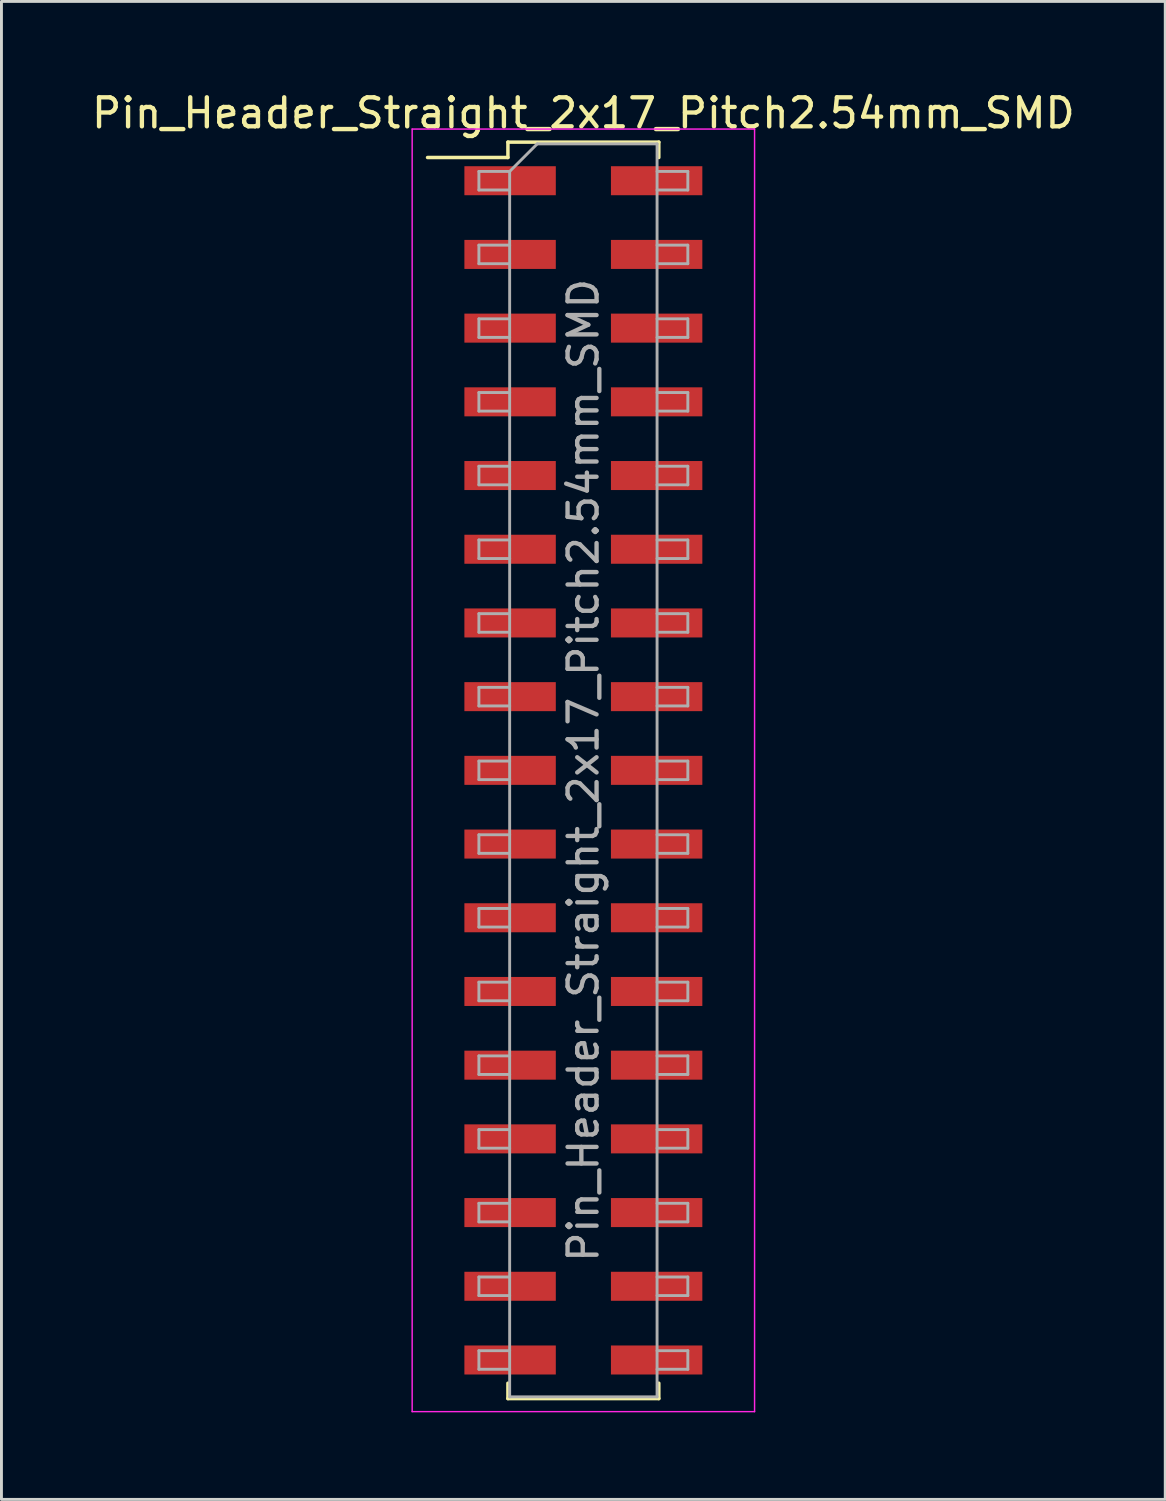
<source format=kicad_pcb>
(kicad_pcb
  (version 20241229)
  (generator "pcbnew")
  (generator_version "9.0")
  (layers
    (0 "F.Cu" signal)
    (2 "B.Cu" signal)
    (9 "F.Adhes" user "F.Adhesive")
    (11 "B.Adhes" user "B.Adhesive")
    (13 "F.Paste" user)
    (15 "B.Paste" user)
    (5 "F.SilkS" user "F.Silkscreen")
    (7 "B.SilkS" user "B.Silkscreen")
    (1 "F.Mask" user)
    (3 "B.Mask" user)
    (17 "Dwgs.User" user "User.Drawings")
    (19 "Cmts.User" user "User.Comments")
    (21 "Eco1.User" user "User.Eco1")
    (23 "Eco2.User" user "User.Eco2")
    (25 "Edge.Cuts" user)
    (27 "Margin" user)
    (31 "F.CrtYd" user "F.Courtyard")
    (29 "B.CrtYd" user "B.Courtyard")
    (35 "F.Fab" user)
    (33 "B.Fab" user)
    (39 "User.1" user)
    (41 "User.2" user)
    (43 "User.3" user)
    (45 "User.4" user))
  (footprint "Pin_Header_Straight_2x17_Pitch2.54mm_SMD"
    (layer "F.Cu")
    (at 17.054 23.498)
    (property "Reference" "Pin_Header_Straight_2x17_Pitch2.54mm_SMD" (at 0 -22.65 0) (layer "F.SilkS") (effects (font (size 1 1) (thickness 0.15))))
    (attr smd)
    (fp_line (start -5.37 -21.12) (end -2.6 -21.12) (stroke (width 0.12) (type solid)) (layer "F.SilkS"))
    (fp_line (start -2.6 -21.65) (end 2.6 -21.65) (stroke (width 0.12) (type solid)) (layer "F.SilkS"))
    (fp_line (start -2.6 -21.12) (end -2.6 -21.65) (stroke (width 0.12) (type solid)) (layer "F.SilkS"))
    (fp_line (start -2.6 21.12) (end -2.6 21.65) (stroke (width 0.12) (type solid)) (layer "F.SilkS"))
    (fp_line (start -2.6 21.65) (end 2.6 21.65) (stroke (width 0.12) (type solid)) (layer "F.SilkS"))
    (fp_line (start 2.6 -21.65) (end 2.6 -21.12) (stroke (width 0.12) (type solid)) (layer "F.SilkS"))
    (fp_line (start 2.6 21.65) (end 2.6 21.12) (stroke (width 0.12) (type solid)) (layer "F.SilkS"))
    (fp_line (start -5.9 -22.1) (end -5.9 22.1) (stroke (width 0.05) (type solid)) (layer "F.CrtYd"))
    (fp_line (start -5.9 22.1) (end 5.9 22.1) (stroke (width 0.05) (type solid)) (layer "F.CrtYd"))
    (fp_line (start 5.9 -22.1) (end -5.9 -22.1) (stroke (width 0.05) (type solid)) (layer "F.CrtYd"))
    (fp_line (start 5.9 22.1) (end 5.9 -22.1) (stroke (width 0.05) (type solid)) (layer "F.CrtYd"))
    (fp_line (start -3.6 -20.64) (end -3.6 -20) (stroke (width 0.1) (type solid)) (layer "F.Fab"))
    (fp_line (start -3.6 -20) (end -2.54 -20) (stroke (width 0.1) (type solid)) (layer "F.Fab"))
    (fp_line (start -3.6 -18.1) (end -3.6 -17.46) (stroke (width 0.1) (type solid)) (layer "F.Fab"))
    (fp_line (start -3.6 -17.46) (end -2.54 -17.46) (stroke (width 0.1) (type solid)) (layer "F.Fab"))
    (fp_line (start -3.6 -15.56) (end -3.6 -14.92) (stroke (width 0.1) (type solid)) (layer "F.Fab"))
    (fp_line (start -3.6 -14.92) (end -2.54 -14.92) (stroke (width 0.1) (type solid)) (layer "F.Fab"))
    (fp_line (start -3.6 -13.02) (end -3.6 -12.38) (stroke (width 0.1) (type solid)) (layer "F.Fab"))
    (fp_line (start -3.6 -12.38) (end -2.54 -12.38) (stroke (width 0.1) (type solid)) (layer "F.Fab"))
    (fp_line (start -3.6 -10.48) (end -3.6 -9.84) (stroke (width 0.1) (type solid)) (layer "F.Fab"))
    (fp_line (start -3.6 -9.84) (end -2.54 -9.84) (stroke (width 0.1) (type solid)) (layer "F.Fab"))
    (fp_line (start -3.6 -7.94) (end -3.6 -7.3) (stroke (width 0.1) (type solid)) (layer "F.Fab"))
    (fp_line (start -3.6 -7.3) (end -2.54 -7.3) (stroke (width 0.1) (type solid)) (layer "F.Fab"))
    (fp_line (start -3.6 -5.4) (end -3.6 -4.76) (stroke (width 0.1) (type solid)) (layer "F.Fab"))
    (fp_line (start -3.6 -4.76) (end -2.54 -4.76) (stroke (width 0.1) (type solid)) (layer "F.Fab"))
    (fp_line (start -3.6 -2.86) (end -3.6 -2.22) (stroke (width 0.1) (type solid)) (layer "F.Fab"))
    (fp_line (start -3.6 -2.22) (end -2.54 -2.22) (stroke (width 0.1) (type solid)) (layer "F.Fab"))
    (fp_line (start -3.6 -0.32) (end -3.6 0.32) (stroke (width 0.1) (type solid)) (layer "F.Fab"))
    (fp_line (start -3.6 0.32) (end -2.54 0.32) (stroke (width 0.1) (type solid)) (layer "F.Fab"))
    (fp_line (start -3.6 2.22) (end -3.6 2.86) (stroke (width 0.1) (type solid)) (layer "F.Fab"))
    (fp_line (start -3.6 2.86) (end -2.54 2.86) (stroke (width 0.1) (type solid)) (layer "F.Fab"))
    (fp_line (start -3.6 4.76) (end -3.6 5.4) (stroke (width 0.1) (type solid)) (layer "F.Fab"))
    (fp_line (start -3.6 5.4) (end -2.54 5.4) (stroke (width 0.1) (type solid)) (layer "F.Fab"))
    (fp_line (start -3.6 7.3) (end -3.6 7.94) (stroke (width 0.1) (type solid)) (layer "F.Fab"))
    (fp_line (start -3.6 7.94) (end -2.54 7.94) (stroke (width 0.1) (type solid)) (layer "F.Fab"))
    (fp_line (start -3.6 9.84) (end -3.6 10.48) (stroke (width 0.1) (type solid)) (layer "F.Fab"))
    (fp_line (start -3.6 10.48) (end -2.54 10.48) (stroke (width 0.1) (type solid)) (layer "F.Fab"))
    (fp_line (start -3.6 12.38) (end -3.6 13.02) (stroke (width 0.1) (type solid)) (layer "F.Fab"))
    (fp_line (start -3.6 13.02) (end -2.54 13.02) (stroke (width 0.1) (type solid)) (layer "F.Fab"))
    (fp_line (start -3.6 14.92) (end -3.6 15.56) (stroke (width 0.1) (type solid)) (layer "F.Fab"))
    (fp_line (start -3.6 15.56) (end -2.54 15.56) (stroke (width 0.1) (type solid)) (layer "F.Fab"))
    (fp_line (start -3.6 17.46) (end -3.6 18.1) (stroke (width 0.1) (type solid)) (layer "F.Fab"))
    (fp_line (start -3.6 18.1) (end -2.54 18.1) (stroke (width 0.1) (type solid)) (layer "F.Fab"))
    (fp_line (start -3.6 20) (end -3.6 20.64) (stroke (width 0.1) (type solid)) (layer "F.Fab"))
    (fp_line (start -3.6 20.64) (end -2.54 20.64) (stroke (width 0.1) (type solid)) (layer "F.Fab"))
    (fp_line (start -2.54 -20.64) (end -3.6 -20.64) (stroke (width 0.1) (type solid)) (layer "F.Fab"))
    (fp_line (start -2.54 -20.64) (end -1.59 -21.59) (stroke (width 0.1) (type solid)) (layer "F.Fab"))
    (fp_line (start -2.54 -18.1) (end -3.6 -18.1) (stroke (width 0.1) (type solid)) (layer "F.Fab"))
    (fp_line (start -2.54 -15.56) (end -3.6 -15.56) (stroke (width 0.1) (type solid)) (layer "F.Fab"))
    (fp_line (start -2.54 -13.02) (end -3.6 -13.02) (stroke (width 0.1) (type solid)) (layer "F.Fab"))
    (fp_line (start -2.54 -10.48) (end -3.6 -10.48) (stroke (width 0.1) (type solid)) (layer "F.Fab"))
    (fp_line (start -2.54 -7.94) (end -3.6 -7.94) (stroke (width 0.1) (type solid)) (layer "F.Fab"))
    (fp_line (start -2.54 -5.4) (end -3.6 -5.4) (stroke (width 0.1) (type solid)) (layer "F.Fab"))
    (fp_line (start -2.54 -2.86) (end -3.6 -2.86) (stroke (width 0.1) (type solid)) (layer "F.Fab"))
    (fp_line (start -2.54 -0.32) (end -3.6 -0.32) (stroke (width 0.1) (type solid)) (layer "F.Fab"))
    (fp_line (start -2.54 2.22) (end -3.6 2.22) (stroke (width 0.1) (type solid)) (layer "F.Fab"))
    (fp_line (start -2.54 4.76) (end -3.6 4.76) (stroke (width 0.1) (type solid)) (layer "F.Fab"))
    (fp_line (start -2.54 7.3) (end -3.6 7.3) (stroke (width 0.1) (type solid)) (layer "F.Fab"))
    (fp_line (start -2.54 9.84) (end -3.6 9.84) (stroke (width 0.1) (type solid)) (layer "F.Fab"))
    (fp_line (start -2.54 12.38) (end -3.6 12.38) (stroke (width 0.1) (type solid)) (layer "F.Fab"))
    (fp_line (start -2.54 14.92) (end -3.6 14.92) (stroke (width 0.1) (type solid)) (layer "F.Fab"))
    (fp_line (start -2.54 17.46) (end -3.6 17.46) (stroke (width 0.1) (type solid)) (layer "F.Fab"))
    (fp_line (start -2.54 20) (end -3.6 20) (stroke (width 0.1) (type solid)) (layer "F.Fab"))
    (fp_line (start -2.54 21.59) (end -2.54 -20.64) (stroke (width 0.1) (type solid)) (layer "F.Fab"))
    (fp_line (start -1.59 -21.59) (end 2.54 -21.59) (stroke (width 0.1) (type solid)) (layer "F.Fab"))
    (fp_line (start 2.54 -21.59) (end 2.54 21.59) (stroke (width 0.1) (type solid)) (layer "F.Fab"))
    (fp_line (start 2.54 -20.64) (end 3.6 -20.64) (stroke (width 0.1) (type solid)) (layer "F.Fab"))
    (fp_line (start 2.54 -18.1) (end 3.6 -18.1) (stroke (width 0.1) (type solid)) (layer "F.Fab"))
    (fp_line (start 2.54 -15.56) (end 3.6 -15.56) (stroke (width 0.1) (type solid)) (layer "F.Fab"))
    (fp_line (start 2.54 -13.02) (end 3.6 -13.02) (stroke (width 0.1) (type solid)) (layer "F.Fab"))
    (fp_line (start 2.54 -10.48) (end 3.6 -10.48) (stroke (width 0.1) (type solid)) (layer "F.Fab"))
    (fp_line (start 2.54 -7.94) (end 3.6 -7.94) (stroke (width 0.1) (type solid)) (layer "F.Fab"))
    (fp_line (start 2.54 -5.4) (end 3.6 -5.4) (stroke (width 0.1) (type solid)) (layer "F.Fab"))
    (fp_line (start 2.54 -2.86) (end 3.6 -2.86) (stroke (width 0.1) (type solid)) (layer "F.Fab"))
    (fp_line (start 2.54 -0.32) (end 3.6 -0.32) (stroke (width 0.1) (type solid)) (layer "F.Fab"))
    (fp_line (start 2.54 2.22) (end 3.6 2.22) (stroke (width 0.1) (type solid)) (layer "F.Fab"))
    (fp_line (start 2.54 4.76) (end 3.6 4.76) (stroke (width 0.1) (type solid)) (layer "F.Fab"))
    (fp_line (start 2.54 7.3) (end 3.6 7.3) (stroke (width 0.1) (type solid)) (layer "F.Fab"))
    (fp_line (start 2.54 9.84) (end 3.6 9.84) (stroke (width 0.1) (type solid)) (layer "F.Fab"))
    (fp_line (start 2.54 12.38) (end 3.6 12.38) (stroke (width 0.1) (type solid)) (layer "F.Fab"))
    (fp_line (start 2.54 14.92) (end 3.6 14.92) (stroke (width 0.1) (type solid)) (layer "F.Fab"))
    (fp_line (start 2.54 17.46) (end 3.6 17.46) (stroke (width 0.1) (type solid)) (layer "F.Fab"))
    (fp_line (start 2.54 20) (end 3.6 20) (stroke (width 0.1) (type solid)) (layer "F.Fab"))
    (fp_line (start 2.54 21.59) (end -2.54 21.59) (stroke (width 0.1) (type solid)) (layer "F.Fab"))
    (fp_line (start 3.6 -20.64) (end 3.6 -20) (stroke (width 0.1) (type solid)) (layer "F.Fab"))
    (fp_line (start 3.6 -20) (end 2.54 -20) (stroke (width 0.1) (type solid)) (layer "F.Fab"))
    (fp_line (start 3.6 -18.1) (end 3.6 -17.46) (stroke (width 0.1) (type solid)) (layer "F.Fab"))
    (fp_line (start 3.6 -17.46) (end 2.54 -17.46) (stroke (width 0.1) (type solid)) (layer "F.Fab"))
    (fp_line (start 3.6 -15.56) (end 3.6 -14.92) (stroke (width 0.1) (type solid)) (layer "F.Fab"))
    (fp_line (start 3.6 -14.92) (end 2.54 -14.92) (stroke (width 0.1) (type solid)) (layer "F.Fab"))
    (fp_line (start 3.6 -13.02) (end 3.6 -12.38) (stroke (width 0.1) (type solid)) (layer "F.Fab"))
    (fp_line (start 3.6 -12.38) (end 2.54 -12.38) (stroke (width 0.1) (type solid)) (layer "F.Fab"))
    (fp_line (start 3.6 -10.48) (end 3.6 -9.84) (stroke (width 0.1) (type solid)) (layer "F.Fab"))
    (fp_line (start 3.6 -9.84) (end 2.54 -9.84) (stroke (width 0.1) (type solid)) (layer "F.Fab"))
    (fp_line (start 3.6 -7.94) (end 3.6 -7.3) (stroke (width 0.1) (type solid)) (layer "F.Fab"))
    (fp_line (start 3.6 -7.3) (end 2.54 -7.3) (stroke (width 0.1) (type solid)) (layer "F.Fab"))
    (fp_line (start 3.6 -5.4) (end 3.6 -4.76) (stroke (width 0.1) (type solid)) (layer "F.Fab"))
    (fp_line (start 3.6 -4.76) (end 2.54 -4.76) (stroke (width 0.1) (type solid)) (layer "F.Fab"))
    (fp_line (start 3.6 -2.86) (end 3.6 -2.22) (stroke (width 0.1) (type solid)) (layer "F.Fab"))
    (fp_line (start 3.6 -2.22) (end 2.54 -2.22) (stroke (width 0.1) (type solid)) (layer "F.Fab"))
    (fp_line (start 3.6 -0.32) (end 3.6 0.32) (stroke (width 0.1) (type solid)) (layer "F.Fab"))
    (fp_line (start 3.6 0.32) (end 2.54 0.32) (stroke (width 0.1) (type solid)) (layer "F.Fab"))
    (fp_line (start 3.6 2.22) (end 3.6 2.86) (stroke (width 0.1) (type solid)) (layer "F.Fab"))
    (fp_line (start 3.6 2.86) (end 2.54 2.86) (stroke (width 0.1) (type solid)) (layer "F.Fab"))
    (fp_line (start 3.6 4.76) (end 3.6 5.4) (stroke (width 0.1) (type solid)) (layer "F.Fab"))
    (fp_line (start 3.6 5.4) (end 2.54 5.4) (stroke (width 0.1) (type solid)) (layer "F.Fab"))
    (fp_line (start 3.6 7.3) (end 3.6 7.94) (stroke (width 0.1) (type solid)) (layer "F.Fab"))
    (fp_line (start 3.6 7.94) (end 2.54 7.94) (stroke (width 0.1) (type solid)) (layer "F.Fab"))
    (fp_line (start 3.6 9.84) (end 3.6 10.48) (stroke (width 0.1) (type solid)) (layer "F.Fab"))
    (fp_line (start 3.6 10.48) (end 2.54 10.48) (stroke (width 0.1) (type solid)) (layer "F.Fab"))
    (fp_line (start 3.6 12.38) (end 3.6 13.02) (stroke (width 0.1) (type solid)) (layer "F.Fab"))
    (fp_line (start 3.6 13.02) (end 2.54 13.02) (stroke (width 0.1) (type solid)) (layer "F.Fab"))
    (fp_line (start 3.6 14.92) (end 3.6 15.56) (stroke (width 0.1) (type solid)) (layer "F.Fab"))
    (fp_line (start 3.6 15.56) (end 2.54 15.56) (stroke (width 0.1) (type solid)) (layer "F.Fab"))
    (fp_line (start 3.6 17.46) (end 3.6 18.1) (stroke (width 0.1) (type solid)) (layer "F.Fab"))
    (fp_line (start 3.6 18.1) (end 2.54 18.1) (stroke (width 0.1) (type solid)) (layer "F.Fab"))
    (fp_line (start 3.6 20) (end 3.6 20.64) (stroke (width 0.1) (type solid)) (layer "F.Fab"))
    (fp_line (start 3.6 20.64) (end 2.54 20.64) (stroke (width 0.1) (type solid)) (layer "F.Fab"))
    (fp_text user "${REFERENCE}" (at 0 0 90) (layer "F.Fab") (effects (font (size 1 1) (thickness 0.15))))
    (pad "1" smd rect (at -2.525 -20.32) (size 3.15 1) (layers "F.Cu" "F.Mask" "F.Paste"))
    (pad "2" smd rect (at 2.525 -20.32) (size 3.15 1) (layers "F.Cu" "F.Mask" "F.Paste"))
    (pad "3" smd rect (at -2.525 -17.78) (size 3.15 1) (layers "F.Cu" "F.Mask" "F.Paste"))
    (pad "4" smd rect (at 2.525 -17.78) (size 3.15 1) (layers "F.Cu" "F.Mask" "F.Paste"))
    (pad "5" smd rect (at -2.525 -15.24) (size 3.15 1) (layers "F.Cu" "F.Mask" "F.Paste"))
    (pad "6" smd rect (at 2.525 -15.24) (size 3.15 1) (layers "F.Cu" "F.Mask" "F.Paste"))
    (pad "7" smd rect (at -2.525 -12.7) (size 3.15 1) (layers "F.Cu" "F.Mask" "F.Paste"))
    (pad "8" smd rect (at 2.525 -12.7) (size 3.15 1) (layers "F.Cu" "F.Mask" "F.Paste"))
    (pad "9" smd rect (at -2.525 -10.16) (size 3.15 1) (layers "F.Cu" "F.Mask" "F.Paste"))
    (pad "10" smd rect (at 2.525 -10.16) (size 3.15 1) (layers "F.Cu" "F.Mask" "F.Paste"))
    (pad "11" smd rect (at -2.525 -7.62) (size 3.15 1) (layers "F.Cu" "F.Mask" "F.Paste"))
    (pad "12" smd rect (at 2.525 -7.62) (size 3.15 1) (layers "F.Cu" "F.Mask" "F.Paste"))
    (pad "13" smd rect (at -2.525 -5.08) (size 3.15 1) (layers "F.Cu" "F.Mask" "F.Paste"))
    (pad "14" smd rect (at 2.525 -5.08) (size 3.15 1) (layers "F.Cu" "F.Mask" "F.Paste"))
    (pad "15" smd rect (at -2.525 -2.54) (size 3.15 1) (layers "F.Cu" "F.Mask" "F.Paste"))
    (pad "16" smd rect (at 2.525 -2.54) (size 3.15 1) (layers "F.Cu" "F.Mask" "F.Paste"))
    (pad "17" smd rect (at -2.525 0) (size 3.15 1) (layers "F.Cu" "F.Mask" "F.Paste"))
    (pad "18" smd rect (at 2.525 0) (size 3.15 1) (layers "F.Cu" "F.Mask" "F.Paste"))
    (pad "19" smd rect (at -2.525 2.54) (size 3.15 1) (layers "F.Cu" "F.Mask" "F.Paste"))
    (pad "20" smd rect (at 2.525 2.54) (size 3.15 1) (layers "F.Cu" "F.Mask" "F.Paste"))
    (pad "21" smd rect (at -2.525 5.08) (size 3.15 1) (layers "F.Cu" "F.Mask" "F.Paste"))
    (pad "22" smd rect (at 2.525 5.08) (size 3.15 1) (layers "F.Cu" "F.Mask" "F.Paste"))
    (pad "23" smd rect (at -2.525 7.62) (size 3.15 1) (layers "F.Cu" "F.Mask" "F.Paste"))
    (pad "24" smd rect (at 2.525 7.62) (size 3.15 1) (layers "F.Cu" "F.Mask" "F.Paste"))
    (pad "25" smd rect (at -2.525 10.16) (size 3.15 1) (layers "F.Cu" "F.Mask" "F.Paste"))
    (pad "26" smd rect (at 2.525 10.16) (size 3.15 1) (layers "F.Cu" "F.Mask" "F.Paste"))
    (pad "27" smd rect (at -2.525 12.7) (size 3.15 1) (layers "F.Cu" "F.Mask" "F.Paste"))
    (pad "28" smd rect (at 2.525 12.7) (size 3.15 1) (layers "F.Cu" "F.Mask" "F.Paste"))
    (pad "29" smd rect (at -2.525 15.24) (size 3.15 1) (layers "F.Cu" "F.Mask" "F.Paste"))
    (pad "30" smd rect (at 2.525 15.24) (size 3.15 1) (layers "F.Cu" "F.Mask" "F.Paste"))
    (pad "31" smd rect (at -2.525 17.78) (size 3.15 1) (layers "F.Cu" "F.Mask" "F.Paste"))
    (pad "32" smd rect (at 2.525 17.78) (size 3.15 1) (layers "F.Cu" "F.Mask" "F.Paste"))
    (pad "33" smd rect (at -2.525 20.32) (size 3.15 1) (layers "F.Cu" "F.Mask" "F.Paste"))
    (pad "34" smd rect (at 2.525 20.32) (size 3.15 1) (layers "F.Cu" "F.Mask" "F.Paste")))
  (gr_rect
    (start -3 -3)
    (end 37.107 48.623)
    (stroke (width 0.1) (type default))
    (fill no)
    (layer "Edge.Cuts")))
</source>
